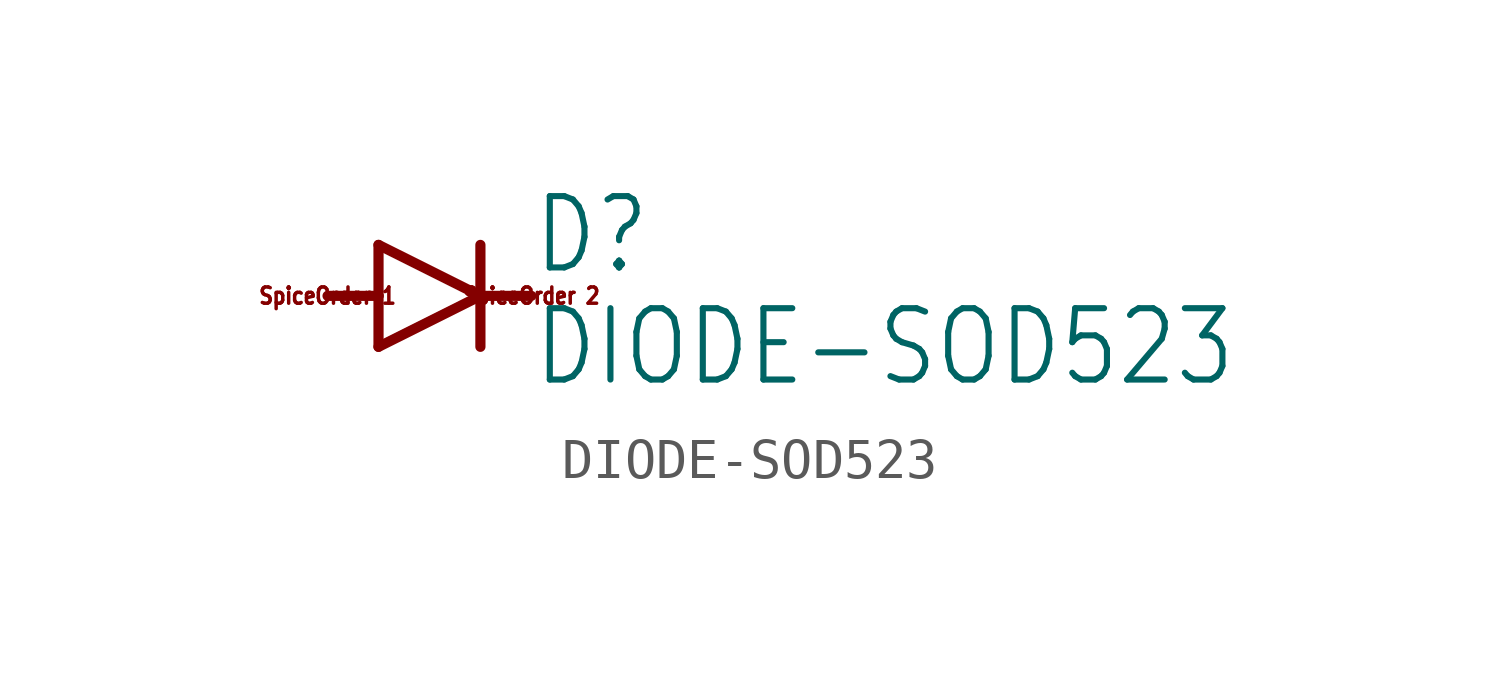
<source format=kicad_sym>
(kicad_symbol_lib
  (version 20211014)
  (generator kicad_symbol_editor)
  (symbol "DIODE-SOD523"
    (property "Reference" "D"
      (at 2.54 0.483 0)
      (effects (font (size 1.778 1.511)) (justify left bottom)))
    (property "Value" "DIODE-SOD523"
      (at 2.54 -2.311 0)
      (effects (font (size 1.778 1.511)) (justify left bottom)))
    (property "ki_locked" ""
      (at 0 0 0)
      (effects (font (size 1.27 1.27))))
    (symbol "DIODE-SOD523_1_0"
      (polyline (pts (xy -1.27 -1.27) (xy 1.27 0)) (stroke (width 0.254) (type default) (color 0 0 0 0)) (fill (type none)))
      (polyline (pts (xy -1.27 0) (xy -2.54 0)) (stroke (width 0.254) (type default) (color 0 0 0 0)) (fill (type none)))
      (polyline (pts (xy -1.27 0) (xy -1.27 -1.27)) (stroke (width 0.254) (type default) (color 0 0 0 0)) (fill (type none)))
      (polyline (pts (xy -1.27 1.27) (xy -1.27 0)) (stroke (width 0.254) (type default) (color 0 0 0 0)) (fill (type none)))
      (polyline (pts (xy 1.27 0) (xy -1.27 1.27)) (stroke (width 0.254) (type default) (color 0 0 0 0)) (fill (type none)))
      (polyline (pts (xy 1.27 0) (xy 1.27 -1.27)) (stroke (width 0.254) (type default) (color 0 0 0 0)) (fill (type none)))
      (polyline (pts (xy 1.27 1.27) (xy 1.27 0)) (stroke (width 0.254) (type default) (color 0 0 0 0)) (fill (type none)))
      (polyline (pts (xy 2.54 0) (xy 1.27 0)) (stroke (width 0.254) (type default) (color 0 0 0 0)) (fill (type none)))
      (text "SpiceOrder 1" (at -2.54 0 0) (effects (font (size 0.406 0.345))))
      (text "SpiceOrder 2" (at 2.54 0 0) (effects (font (size 0.406 0.345))))
      (pin passive line (at -2.54 0 0) (length 0) (name "A" (effects (font (size 0 0)))) (number "A" (effects (font (size 0 0)))))
      (pin passive line (at 2.54 0 180) (length 0) (name "C" (effects (font (size 0 0)))) (number "C" (effects (font (size 0 0))))))))
</source>
